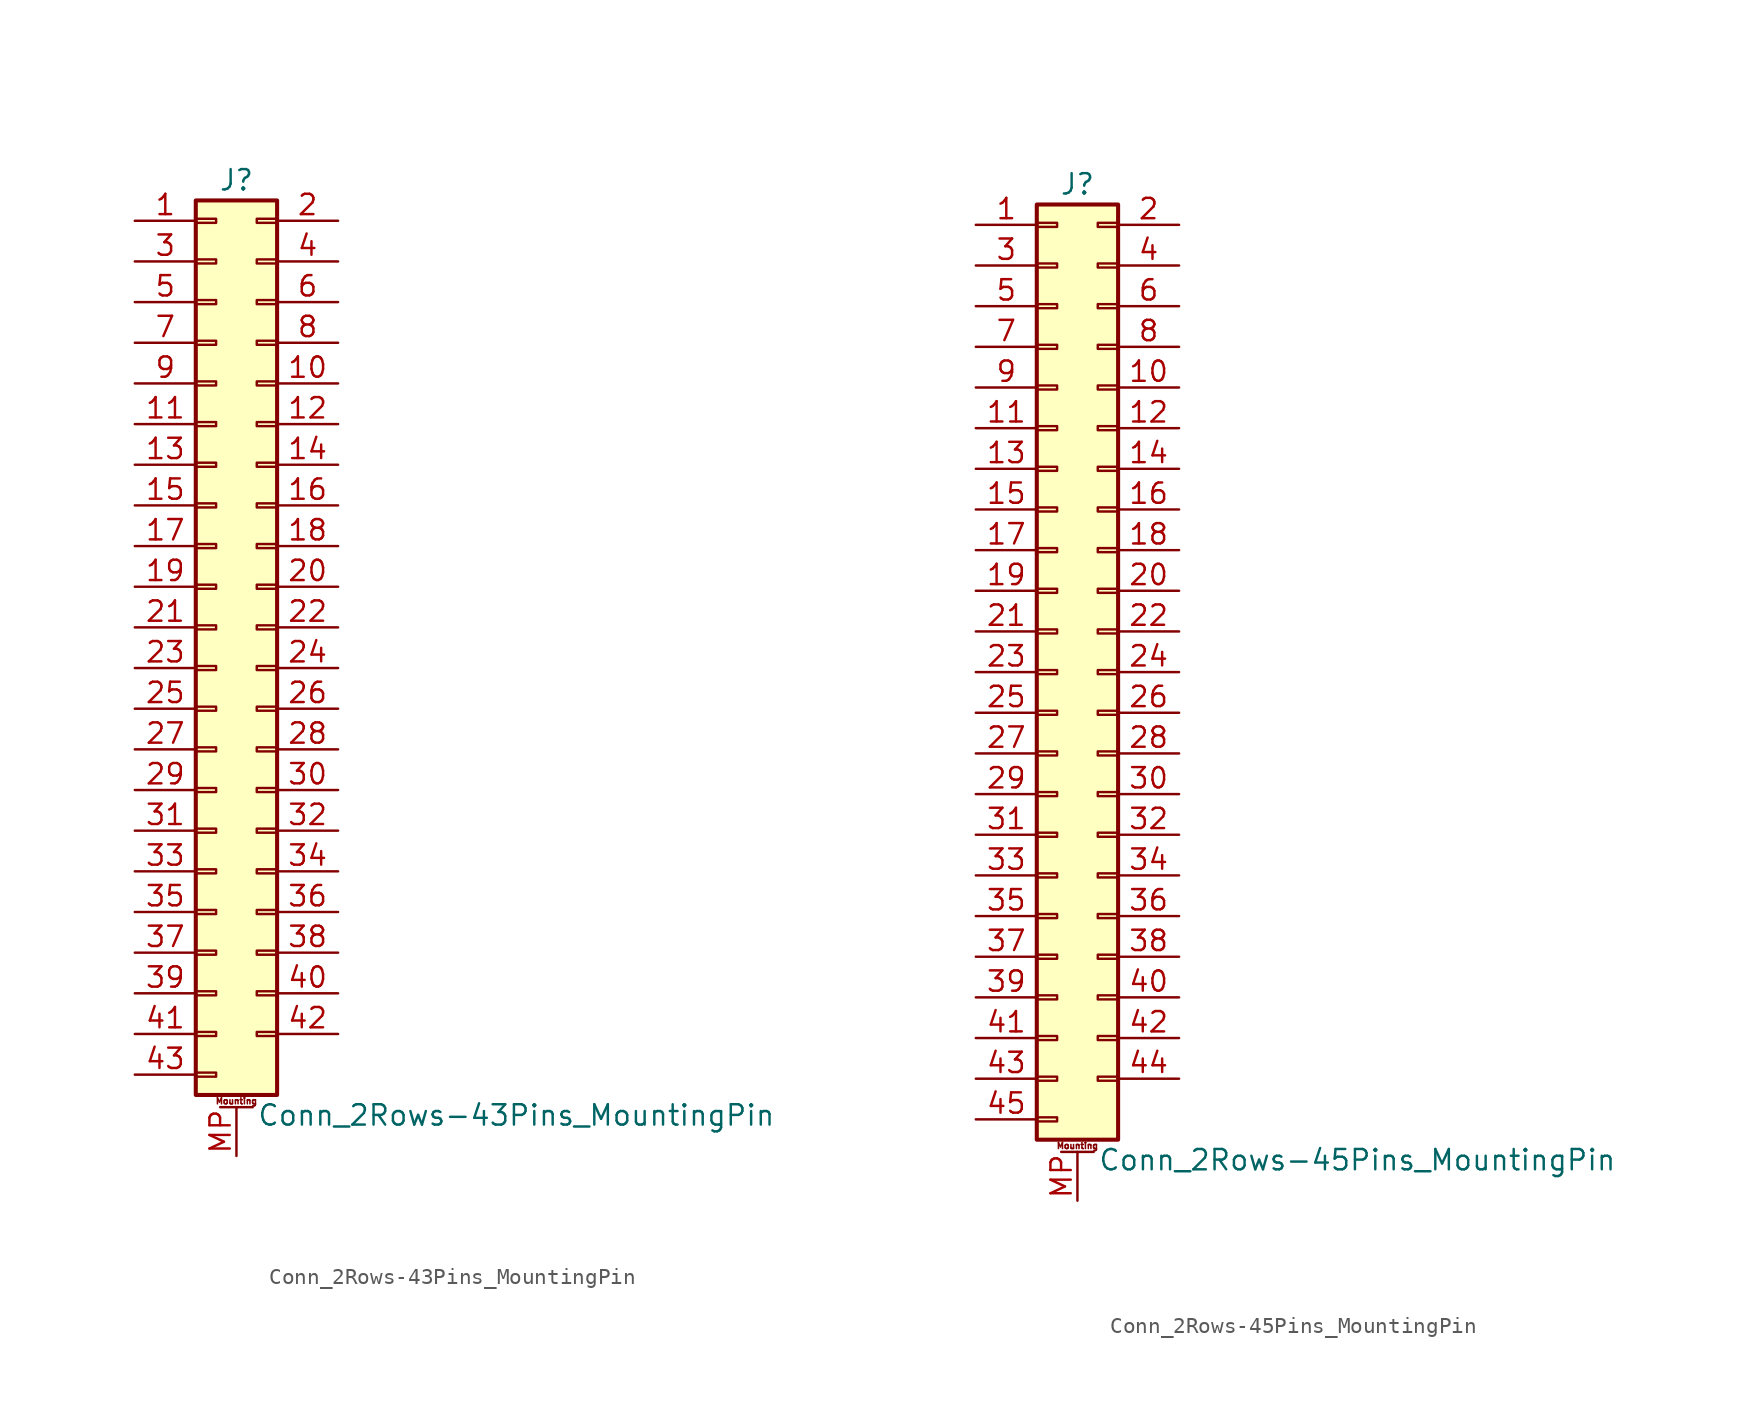
<source format=kicad_sym>
(kicad_symbol_lib
  (version 20200908)
  (generator kicad_symbol_editor)
  (symbol "Connector_Generic_MountingPin:Conn_2Rows-43Pins_MountingPin"
    (pin_names
      (offset 1.016) hide)
    (property "Reference" "J"
      (at 1.27 27.94 0)
      (effects (font (size 1.27 1.27))))
    (property "Value" "Conn_2Rows-43Pins_MountingPin"
      (at 2.54 -30.48 0)
      (effects (font (size 1.27 1.27)) (justify left)))
    (symbol "Conn_2Rows-43Pins_MountingPin_1_1"
      (text "Mounting" (at 1.27 -29.591 0) (effects (font (size 0.381 0.381))))
      (rectangle (start -1.27 -27.813) (end 0 -28.067) (stroke (width 0.152)) (fill (type none)))
      (rectangle (start -1.27 -4.953) (end 0 -5.207) (stroke (width 0.152)) (fill (type none)))
      (rectangle (start -1.27 -7.493) (end 0 -7.747) (stroke (width 0.152)) (fill (type none)))
      (rectangle (start -1.27 -10.033) (end 0 -10.287) (stroke (width 0.152)) (fill (type none)))
      (rectangle (start -1.27 -12.573) (end 0 -12.827) (stroke (width 0.152)) (fill (type none)))
      (rectangle (start -1.27 -15.113) (end 0 -15.367) (stroke (width 0.152)) (fill (type none)))
      (rectangle (start -1.27 -17.653) (end 0 -17.907) (stroke (width 0.152)) (fill (type none)))
      (rectangle (start -1.27 -20.193) (end 0 -20.447) (stroke (width 0.152)) (fill (type none)))
      (rectangle (start -1.27 -22.733) (end 0 -22.987) (stroke (width 0.152)) (fill (type none)))
      (rectangle (start -1.27 -2.413) (end 0 -2.667) (stroke (width 0.152)) (fill (type none)))
      (rectangle (start -1.27 -25.273) (end 0 -25.527) (stroke (width 0.152)) (fill (type none)))
      (rectangle (start -1.27 25.527) (end 0 25.273) (stroke (width 0.152)) (fill (type none)))
      (rectangle (start -1.27 2.667) (end 0 2.413) (stroke (width 0.152)) (fill (type none)))
      (rectangle (start -1.27 26.67) (end 3.81 -29.21) (stroke (width 0.254)) (fill (type background)))
      (rectangle (start -1.27 5.207) (end 0 4.953) (stroke (width 0.152)) (fill (type none)))
      (rectangle (start -1.27 7.747) (end 0 7.493) (stroke (width 0.152)) (fill (type none)))
      (rectangle (start -1.27 10.287) (end 0 10.033) (stroke (width 0.152)) (fill (type none)))
      (rectangle (start -1.27 0.127) (end 0 -0.127) (stroke (width 0.152)) (fill (type none)))
      (rectangle (start -1.27 12.827) (end 0 12.573) (stroke (width 0.152)) (fill (type none)))
      (rectangle (start -1.27 15.367) (end 0 15.113) (stroke (width 0.152)) (fill (type none)))
      (rectangle (start -1.27 17.907) (end 0 17.653) (stroke (width 0.152)) (fill (type none)))
      (rectangle (start -1.27 20.447) (end 0 20.193) (stroke (width 0.152)) (fill (type none)))
      (rectangle (start -1.27 22.987) (end 0 22.733) (stroke (width 0.152)) (fill (type none)))
      (rectangle (start 3.81 -4.953) (end 2.54 -5.207) (stroke (width 0.152)) (fill (type none)))
      (rectangle (start 3.81 -7.493) (end 2.54 -7.747) (stroke (width 0.152)) (fill (type none)))
      (rectangle (start 3.81 -10.033) (end 2.54 -10.287) (stroke (width 0.152)) (fill (type none)))
      (rectangle (start 3.81 -12.573) (end 2.54 -12.827) (stroke (width 0.152)) (fill (type none)))
      (rectangle (start 3.81 -15.113) (end 2.54 -15.367) (stroke (width 0.152)) (fill (type none)))
      (rectangle (start 3.81 -17.653) (end 2.54 -17.907) (stroke (width 0.152)) (fill (type none)))
      (rectangle (start 3.81 -20.193) (end 2.54 -20.447) (stroke (width 0.152)) (fill (type none)))
      (rectangle (start 3.81 -22.733) (end 2.54 -22.987) (stroke (width 0.152)) (fill (type none)))
      (rectangle (start 3.81 -2.413) (end 2.54 -2.667) (stroke (width 0.152)) (fill (type none)))
      (rectangle (start 3.81 -25.273) (end 2.54 -25.527) (stroke (width 0.152)) (fill (type none)))
      (rectangle (start 3.81 25.527) (end 2.54 25.273) (stroke (width 0.152)) (fill (type none)))
      (rectangle (start 3.81 2.667) (end 2.54 2.413) (stroke (width 0.152)) (fill (type none)))
      (rectangle (start 3.81 5.207) (end 2.54 4.953) (stroke (width 0.152)) (fill (type none)))
      (rectangle (start 3.81 7.747) (end 2.54 7.493) (stroke (width 0.152)) (fill (type none)))
      (rectangle (start 3.81 10.287) (end 2.54 10.033) (stroke (width 0.152)) (fill (type none)))
      (rectangle (start 3.81 0.127) (end 2.54 -0.127) (stroke (width 0.152)) (fill (type none)))
      (rectangle (start 3.81 12.827) (end 2.54 12.573) (stroke (width 0.152)) (fill (type none)))
      (rectangle (start 3.81 15.367) (end 2.54 15.113) (stroke (width 0.152)) (fill (type none)))
      (rectangle (start 3.81 17.907) (end 2.54 17.653) (stroke (width 0.152)) (fill (type none)))
      (rectangle (start 3.81 20.447) (end 2.54 20.193) (stroke (width 0.152)) (fill (type none)))
      (rectangle (start 3.81 22.987) (end 2.54 22.733) (stroke (width 0.152)) (fill (type none)))
      (polyline (pts (xy 0.254 -29.972) (xy 2.286 -29.972)) (stroke (width 0.152)) (fill (type none)))
      (pin passive line (at 1.27 -33.02 90) (length 3.048) (name "MountPin" (effects (font (size 1.27 1.27)))) (number "MP" (effects (font (size 1.27 1.27)))))
      (pin passive line (at -5.08 25.4 0) (length 3.81) (name "Pin_1" (effects (font (size 1.27 1.27)))) (number "1" (effects (font (size 1.27 1.27)))))
      (pin passive line (at 7.62 15.24 180) (length 3.81) (name "Pin_10" (effects (font (size 1.27 1.27)))) (number "10" (effects (font (size 1.27 1.27)))))
      (pin passive line (at -5.08 12.7 0) (length 3.81) (name "Pin_11" (effects (font (size 1.27 1.27)))) (number "11" (effects (font (size 1.27 1.27)))))
      (pin passive line (at 7.62 12.7 180) (length 3.81) (name "Pin_12" (effects (font (size 1.27 1.27)))) (number "12" (effects (font (size 1.27 1.27)))))
      (pin passive line (at -5.08 10.16 0) (length 3.81) (name "Pin_13" (effects (font (size 1.27 1.27)))) (number "13" (effects (font (size 1.27 1.27)))))
      (pin passive line (at 7.62 10.16 180) (length 3.81) (name "Pin_14" (effects (font (size 1.27 1.27)))) (number "14" (effects (font (size 1.27 1.27)))))
      (pin passive line (at -5.08 7.62 0) (length 3.81) (name "Pin_15" (effects (font (size 1.27 1.27)))) (number "15" (effects (font (size 1.27 1.27)))))
      (pin passive line (at 7.62 7.62 180) (length 3.81) (name "Pin_16" (effects (font (size 1.27 1.27)))) (number "16" (effects (font (size 1.27 1.27)))))
      (pin passive line (at -5.08 5.08 0) (length 3.81) (name "Pin_17" (effects (font (size 1.27 1.27)))) (number "17" (effects (font (size 1.27 1.27)))))
      (pin passive line (at 7.62 5.08 180) (length 3.81) (name "Pin_18" (effects (font (size 1.27 1.27)))) (number "18" (effects (font (size 1.27 1.27)))))
      (pin passive line (at -5.08 2.54 0) (length 3.81) (name "Pin_19" (effects (font (size 1.27 1.27)))) (number "19" (effects (font (size 1.27 1.27)))))
      (pin passive line (at 7.62 25.4 180) (length 3.81) (name "Pin_2" (effects (font (size 1.27 1.27)))) (number "2" (effects (font (size 1.27 1.27)))))
      (pin passive line (at 7.62 2.54 180) (length 3.81) (name "Pin_20" (effects (font (size 1.27 1.27)))) (number "20" (effects (font (size 1.27 1.27)))))
      (pin passive line (at -5.08 0 0) (length 3.81) (name "Pin_21" (effects (font (size 1.27 1.27)))) (number "21" (effects (font (size 1.27 1.27)))))
      (pin passive line (at 7.62 0 180) (length 3.81) (name "Pin_22" (effects (font (size 1.27 1.27)))) (number "22" (effects (font (size 1.27 1.27)))))
      (pin passive line (at -5.08 -2.54 0) (length 3.81) (name "Pin_23" (effects (font (size 1.27 1.27)))) (number "23" (effects (font (size 1.27 1.27)))))
      (pin passive line (at 7.62 -2.54 180) (length 3.81) (name "Pin_24" (effects (font (size 1.27 1.27)))) (number "24" (effects (font (size 1.27 1.27)))))
      (pin passive line (at -5.08 -5.08 0) (length 3.81) (name "Pin_25" (effects (font (size 1.27 1.27)))) (number "25" (effects (font (size 1.27 1.27)))))
      (pin passive line (at 7.62 -5.08 180) (length 3.81) (name "Pin_26" (effects (font (size 1.27 1.27)))) (number "26" (effects (font (size 1.27 1.27)))))
      (pin passive line (at -5.08 -7.62 0) (length 3.81) (name "Pin_27" (effects (font (size 1.27 1.27)))) (number "27" (effects (font (size 1.27 1.27)))))
      (pin passive line (at 7.62 -7.62 180) (length 3.81) (name "Pin_28" (effects (font (size 1.27 1.27)))) (number "28" (effects (font (size 1.27 1.27)))))
      (pin passive line (at -5.08 -10.16 0) (length 3.81) (name "Pin_29" (effects (font (size 1.27 1.27)))) (number "29" (effects (font (size 1.27 1.27)))))
      (pin passive line (at -5.08 22.86 0) (length 3.81) (name "Pin_3" (effects (font (size 1.27 1.27)))) (number "3" (effects (font (size 1.27 1.27)))))
      (pin passive line (at 7.62 -10.16 180) (length 3.81) (name "Pin_30" (effects (font (size 1.27 1.27)))) (number "30" (effects (font (size 1.27 1.27)))))
      (pin passive line (at -5.08 -12.7 0) (length 3.81) (name "Pin_31" (effects (font (size 1.27 1.27)))) (number "31" (effects (font (size 1.27 1.27)))))
      (pin passive line (at 7.62 -12.7 180) (length 3.81) (name "Pin_32" (effects (font (size 1.27 1.27)))) (number "32" (effects (font (size 1.27 1.27)))))
      (pin passive line (at -5.08 -15.24 0) (length 3.81) (name "Pin_33" (effects (font (size 1.27 1.27)))) (number "33" (effects (font (size 1.27 1.27)))))
      (pin passive line (at 7.62 -15.24 180) (length 3.81) (name "Pin_34" (effects (font (size 1.27 1.27)))) (number "34" (effects (font (size 1.27 1.27)))))
      (pin passive line (at -5.08 -17.78 0) (length 3.81) (name "Pin_35" (effects (font (size 1.27 1.27)))) (number "35" (effects (font (size 1.27 1.27)))))
      (pin passive line (at 7.62 -17.78 180) (length 3.81) (name "Pin_36" (effects (font (size 1.27 1.27)))) (number "36" (effects (font (size 1.27 1.27)))))
      (pin passive line (at -5.08 -20.32 0) (length 3.81) (name "Pin_37" (effects (font (size 1.27 1.27)))) (number "37" (effects (font (size 1.27 1.27)))))
      (pin passive line (at 7.62 -20.32 180) (length 3.81) (name "Pin_38" (effects (font (size 1.27 1.27)))) (number "38" (effects (font (size 1.27 1.27)))))
      (pin passive line (at -5.08 -22.86 0) (length 3.81) (name "Pin_39" (effects (font (size 1.27 1.27)))) (number "39" (effects (font (size 1.27 1.27)))))
      (pin passive line (at 7.62 22.86 180) (length 3.81) (name "Pin_4" (effects (font (size 1.27 1.27)))) (number "4" (effects (font (size 1.27 1.27)))))
      (pin passive line (at 7.62 -22.86 180) (length 3.81) (name "Pin_40" (effects (font (size 1.27 1.27)))) (number "40" (effects (font (size 1.27 1.27)))))
      (pin passive line (at -5.08 -25.4 0) (length 3.81) (name "Pin_41" (effects (font (size 1.27 1.27)))) (number "41" (effects (font (size 1.27 1.27)))))
      (pin passive line (at 7.62 -25.4 180) (length 3.81) (name "Pin_42" (effects (font (size 1.27 1.27)))) (number "42" (effects (font (size 1.27 1.27)))))
      (pin passive line (at -5.08 -27.94 0) (length 3.81) (name "Pin_43" (effects (font (size 1.27 1.27)))) (number "43" (effects (font (size 1.27 1.27)))))
      (pin passive line (at -5.08 20.32 0) (length 3.81) (name "Pin_5" (effects (font (size 1.27 1.27)))) (number "5" (effects (font (size 1.27 1.27)))))
      (pin passive line (at 7.62 20.32 180) (length 3.81) (name "Pin_6" (effects (font (size 1.27 1.27)))) (number "6" (effects (font (size 1.27 1.27)))))
      (pin passive line (at -5.08 17.78 0) (length 3.81) (name "Pin_7" (effects (font (size 1.27 1.27)))) (number "7" (effects (font (size 1.27 1.27)))))
      (pin passive line (at 7.62 17.78 180) (length 3.81) (name "Pin_8" (effects (font (size 1.27 1.27)))) (number "8" (effects (font (size 1.27 1.27)))))
      (pin passive line (at -5.08 15.24 0) (length 3.81) (name "Pin_9" (effects (font (size 1.27 1.27)))) (number "9" (effects (font (size 1.27 1.27)))))))
  (symbol "Connector_Generic_MountingPin:Conn_2Rows-45Pins_MountingPin"
    (pin_names
      (offset 1.016) hide)
    (property "Reference" "J"
      (at 1.27 30.48 0)
      (effects (font (size 1.27 1.27))))
    (property "Value" "Conn_2Rows-45Pins_MountingPin"
      (at 2.54 -30.48 0)
      (effects (font (size 1.27 1.27)) (justify left)))
    (symbol "Conn_2Rows-45Pins_MountingPin_1_1"
      (text "Mounting" (at 1.27 -29.591 0) (effects (font (size 0.381 0.381))))
      (rectangle (start -1.27 -27.813) (end 0 -28.067) (stroke (width 0.152)) (fill (type none)))
      (rectangle (start -1.27 -4.953) (end 0 -5.207) (stroke (width 0.152)) (fill (type none)))
      (rectangle (start -1.27 -7.493) (end 0 -7.747) (stroke (width 0.152)) (fill (type none)))
      (rectangle (start -1.27 -10.033) (end 0 -10.287) (stroke (width 0.152)) (fill (type none)))
      (rectangle (start -1.27 -12.573) (end 0 -12.827) (stroke (width 0.152)) (fill (type none)))
      (rectangle (start -1.27 -15.113) (end 0 -15.367) (stroke (width 0.152)) (fill (type none)))
      (rectangle (start -1.27 -17.653) (end 0 -17.907) (stroke (width 0.152)) (fill (type none)))
      (rectangle (start -1.27 -20.193) (end 0 -20.447) (stroke (width 0.152)) (fill (type none)))
      (rectangle (start -1.27 -22.733) (end 0 -22.987) (stroke (width 0.152)) (fill (type none)))
      (rectangle (start -1.27 -2.413) (end 0 -2.667) (stroke (width 0.152)) (fill (type none)))
      (rectangle (start -1.27 -25.273) (end 0 -25.527) (stroke (width 0.152)) (fill (type none)))
      (rectangle (start -1.27 25.527) (end 0 25.273) (stroke (width 0.152)) (fill (type none)))
      (rectangle (start -1.27 2.667) (end 0 2.413) (stroke (width 0.152)) (fill (type none)))
      (rectangle (start -1.27 28.067) (end 0 27.813) (stroke (width 0.152)) (fill (type none)))
      (rectangle (start -1.27 29.21) (end 3.81 -29.21) (stroke (width 0.254)) (fill (type background)))
      (rectangle (start -1.27 5.207) (end 0 4.953) (stroke (width 0.152)) (fill (type none)))
      (rectangle (start -1.27 7.747) (end 0 7.493) (stroke (width 0.152)) (fill (type none)))
      (rectangle (start -1.27 10.287) (end 0 10.033) (stroke (width 0.152)) (fill (type none)))
      (rectangle (start -1.27 0.127) (end 0 -0.127) (stroke (width 0.152)) (fill (type none)))
      (rectangle (start -1.27 12.827) (end 0 12.573) (stroke (width 0.152)) (fill (type none)))
      (rectangle (start -1.27 15.367) (end 0 15.113) (stroke (width 0.152)) (fill (type none)))
      (rectangle (start -1.27 17.907) (end 0 17.653) (stroke (width 0.152)) (fill (type none)))
      (rectangle (start -1.27 20.447) (end 0 20.193) (stroke (width 0.152)) (fill (type none)))
      (rectangle (start -1.27 22.987) (end 0 22.733) (stroke (width 0.152)) (fill (type none)))
      (rectangle (start 3.81 -4.953) (end 2.54 -5.207) (stroke (width 0.152)) (fill (type none)))
      (rectangle (start 3.81 -7.493) (end 2.54 -7.747) (stroke (width 0.152)) (fill (type none)))
      (rectangle (start 3.81 -10.033) (end 2.54 -10.287) (stroke (width 0.152)) (fill (type none)))
      (rectangle (start 3.81 -12.573) (end 2.54 -12.827) (stroke (width 0.152)) (fill (type none)))
      (rectangle (start 3.81 -15.113) (end 2.54 -15.367) (stroke (width 0.152)) (fill (type none)))
      (rectangle (start 3.81 -17.653) (end 2.54 -17.907) (stroke (width 0.152)) (fill (type none)))
      (rectangle (start 3.81 -20.193) (end 2.54 -20.447) (stroke (width 0.152)) (fill (type none)))
      (rectangle (start 3.81 -22.733) (end 2.54 -22.987) (stroke (width 0.152)) (fill (type none)))
      (rectangle (start 3.81 -2.413) (end 2.54 -2.667) (stroke (width 0.152)) (fill (type none)))
      (rectangle (start 3.81 -25.273) (end 2.54 -25.527) (stroke (width 0.152)) (fill (type none)))
      (rectangle (start 3.81 25.527) (end 2.54 25.273) (stroke (width 0.152)) (fill (type none)))
      (rectangle (start 3.81 2.667) (end 2.54 2.413) (stroke (width 0.152)) (fill (type none)))
      (rectangle (start 3.81 28.067) (end 2.54 27.813) (stroke (width 0.152)) (fill (type none)))
      (rectangle (start 3.81 5.207) (end 2.54 4.953) (stroke (width 0.152)) (fill (type none)))
      (rectangle (start 3.81 7.747) (end 2.54 7.493) (stroke (width 0.152)) (fill (type none)))
      (rectangle (start 3.81 10.287) (end 2.54 10.033) (stroke (width 0.152)) (fill (type none)))
      (rectangle (start 3.81 0.127) (end 2.54 -0.127) (stroke (width 0.152)) (fill (type none)))
      (rectangle (start 3.81 12.827) (end 2.54 12.573) (stroke (width 0.152)) (fill (type none)))
      (rectangle (start 3.81 15.367) (end 2.54 15.113) (stroke (width 0.152)) (fill (type none)))
      (rectangle (start 3.81 17.907) (end 2.54 17.653) (stroke (width 0.152)) (fill (type none)))
      (rectangle (start 3.81 20.447) (end 2.54 20.193) (stroke (width 0.152)) (fill (type none)))
      (rectangle (start 3.81 22.987) (end 2.54 22.733) (stroke (width 0.152)) (fill (type none)))
      (polyline (pts (xy 0.254 -29.972) (xy 2.286 -29.972)) (stroke (width 0.152)) (fill (type none)))
      (pin passive line (at 1.27 -33.02 90) (length 3.048) (name "MountPin" (effects (font (size 1.27 1.27)))) (number "MP" (effects (font (size 1.27 1.27)))))
      (pin passive line (at -5.08 27.94 0) (length 3.81) (name "Pin_1" (effects (font (size 1.27 1.27)))) (number "1" (effects (font (size 1.27 1.27)))))
      (pin passive line (at 7.62 17.78 180) (length 3.81) (name "Pin_10" (effects (font (size 1.27 1.27)))) (number "10" (effects (font (size 1.27 1.27)))))
      (pin passive line (at -5.08 15.24 0) (length 3.81) (name "Pin_11" (effects (font (size 1.27 1.27)))) (number "11" (effects (font (size 1.27 1.27)))))
      (pin passive line (at 7.62 15.24 180) (length 3.81) (name "Pin_12" (effects (font (size 1.27 1.27)))) (number "12" (effects (font (size 1.27 1.27)))))
      (pin passive line (at -5.08 12.7 0) (length 3.81) (name "Pin_13" (effects (font (size 1.27 1.27)))) (number "13" (effects (font (size 1.27 1.27)))))
      (pin passive line (at 7.62 12.7 180) (length 3.81) (name "Pin_14" (effects (font (size 1.27 1.27)))) (number "14" (effects (font (size 1.27 1.27)))))
      (pin passive line (at -5.08 10.16 0) (length 3.81) (name "Pin_15" (effects (font (size 1.27 1.27)))) (number "15" (effects (font (size 1.27 1.27)))))
      (pin passive line (at 7.62 10.16 180) (length 3.81) (name "Pin_16" (effects (font (size 1.27 1.27)))) (number "16" (effects (font (size 1.27 1.27)))))
      (pin passive line (at -5.08 7.62 0) (length 3.81) (name "Pin_17" (effects (font (size 1.27 1.27)))) (number "17" (effects (font (size 1.27 1.27)))))
      (pin passive line (at 7.62 7.62 180) (length 3.81) (name "Pin_18" (effects (font (size 1.27 1.27)))) (number "18" (effects (font (size 1.27 1.27)))))
      (pin passive line (at -5.08 5.08 0) (length 3.81) (name "Pin_19" (effects (font (size 1.27 1.27)))) (number "19" (effects (font (size 1.27 1.27)))))
      (pin passive line (at 7.62 27.94 180) (length 3.81) (name "Pin_2" (effects (font (size 1.27 1.27)))) (number "2" (effects (font (size 1.27 1.27)))))
      (pin passive line (at 7.62 5.08 180) (length 3.81) (name "Pin_20" (effects (font (size 1.27 1.27)))) (number "20" (effects (font (size 1.27 1.27)))))
      (pin passive line (at -5.08 2.54 0) (length 3.81) (name "Pin_21" (effects (font (size 1.27 1.27)))) (number "21" (effects (font (size 1.27 1.27)))))
      (pin passive line (at 7.62 2.54 180) (length 3.81) (name "Pin_22" (effects (font (size 1.27 1.27)))) (number "22" (effects (font (size 1.27 1.27)))))
      (pin passive line (at -5.08 0 0) (length 3.81) (name "Pin_23" (effects (font (size 1.27 1.27)))) (number "23" (effects (font (size 1.27 1.27)))))
      (pin passive line (at 7.62 0 180) (length 3.81) (name "Pin_24" (effects (font (size 1.27 1.27)))) (number "24" (effects (font (size 1.27 1.27)))))
      (pin passive line (at -5.08 -2.54 0) (length 3.81) (name "Pin_25" (effects (font (size 1.27 1.27)))) (number "25" (effects (font (size 1.27 1.27)))))
      (pin passive line (at 7.62 -2.54 180) (length 3.81) (name "Pin_26" (effects (font (size 1.27 1.27)))) (number "26" (effects (font (size 1.27 1.27)))))
      (pin passive line (at -5.08 -5.08 0) (length 3.81) (name "Pin_27" (effects (font (size 1.27 1.27)))) (number "27" (effects (font (size 1.27 1.27)))))
      (pin passive line (at 7.62 -5.08 180) (length 3.81) (name "Pin_28" (effects (font (size 1.27 1.27)))) (number "28" (effects (font (size 1.27 1.27)))))
      (pin passive line (at -5.08 -7.62 0) (length 3.81) (name "Pin_29" (effects (font (size 1.27 1.27)))) (number "29" (effects (font (size 1.27 1.27)))))
      (pin passive line (at -5.08 25.4 0) (length 3.81) (name "Pin_3" (effects (font (size 1.27 1.27)))) (number "3" (effects (font (size 1.27 1.27)))))
      (pin passive line (at 7.62 -7.62 180) (length 3.81) (name "Pin_30" (effects (font (size 1.27 1.27)))) (number "30" (effects (font (size 1.27 1.27)))))
      (pin passive line (at -5.08 -10.16 0) (length 3.81) (name "Pin_31" (effects (font (size 1.27 1.27)))) (number "31" (effects (font (size 1.27 1.27)))))
      (pin passive line (at 7.62 -10.16 180) (length 3.81) (name "Pin_32" (effects (font (size 1.27 1.27)))) (number "32" (effects (font (size 1.27 1.27)))))
      (pin passive line (at -5.08 -12.7 0) (length 3.81) (name "Pin_33" (effects (font (size 1.27 1.27)))) (number "33" (effects (font (size 1.27 1.27)))))
      (pin passive line (at 7.62 -12.7 180) (length 3.81) (name "Pin_34" (effects (font (size 1.27 1.27)))) (number "34" (effects (font (size 1.27 1.27)))))
      (pin passive line (at -5.08 -15.24 0) (length 3.81) (name "Pin_35" (effects (font (size 1.27 1.27)))) (number "35" (effects (font (size 1.27 1.27)))))
      (pin passive line (at 7.62 -15.24 180) (length 3.81) (name "Pin_36" (effects (font (size 1.27 1.27)))) (number "36" (effects (font (size 1.27 1.27)))))
      (pin passive line (at -5.08 -17.78 0) (length 3.81) (name "Pin_37" (effects (font (size 1.27 1.27)))) (number "37" (effects (font (size 1.27 1.27)))))
      (pin passive line (at 7.62 -17.78 180) (length 3.81) (name "Pin_38" (effects (font (size 1.27 1.27)))) (number "38" (effects (font (size 1.27 1.27)))))
      (pin passive line (at -5.08 -20.32 0) (length 3.81) (name "Pin_39" (effects (font (size 1.27 1.27)))) (number "39" (effects (font (size 1.27 1.27)))))
      (pin passive line (at 7.62 25.4 180) (length 3.81) (name "Pin_4" (effects (font (size 1.27 1.27)))) (number "4" (effects (font (size 1.27 1.27)))))
      (pin passive line (at 7.62 -20.32 180) (length 3.81) (name "Pin_40" (effects (font (size 1.27 1.27)))) (number "40" (effects (font (size 1.27 1.27)))))
      (pin passive line (at -5.08 -22.86 0) (length 3.81) (name "Pin_41" (effects (font (size 1.27 1.27)))) (number "41" (effects (font (size 1.27 1.27)))))
      (pin passive line (at 7.62 -22.86 180) (length 3.81) (name "Pin_42" (effects (font (size 1.27 1.27)))) (number "42" (effects (font (size 1.27 1.27)))))
      (pin passive line (at -5.08 -25.4 0) (length 3.81) (name "Pin_43" (effects (font (size 1.27 1.27)))) (number "43" (effects (font (size 1.27 1.27)))))
      (pin passive line (at 7.62 -25.4 180) (length 3.81) (name "Pin_44" (effects (font (size 1.27 1.27)))) (number "44" (effects (font (size 1.27 1.27)))))
      (pin passive line (at -5.08 -27.94 0) (length 3.81) (name "Pin_45" (effects (font (size 1.27 1.27)))) (number "45" (effects (font (size 1.27 1.27)))))
      (pin passive line (at -5.08 22.86 0) (length 3.81) (name "Pin_5" (effects (font (size 1.27 1.27)))) (number "5" (effects (font (size 1.27 1.27)))))
      (pin passive line (at 7.62 22.86 180) (length 3.81) (name "Pin_6" (effects (font (size 1.27 1.27)))) (number "6" (effects (font (size 1.27 1.27)))))
      (pin passive line (at -5.08 20.32 0) (length 3.81) (name "Pin_7" (effects (font (size 1.27 1.27)))) (number "7" (effects (font (size 1.27 1.27)))))
      (pin passive line (at 7.62 20.32 180) (length 3.81) (name "Pin_8" (effects (font (size 1.27 1.27)))) (number "8" (effects (font (size 1.27 1.27)))))
      (pin passive line (at -5.08 17.78 0) (length 3.81) (name "Pin_9" (effects (font (size 1.27 1.27)))) (number "9" (effects (font (size 1.27 1.27))))))))
</source>
